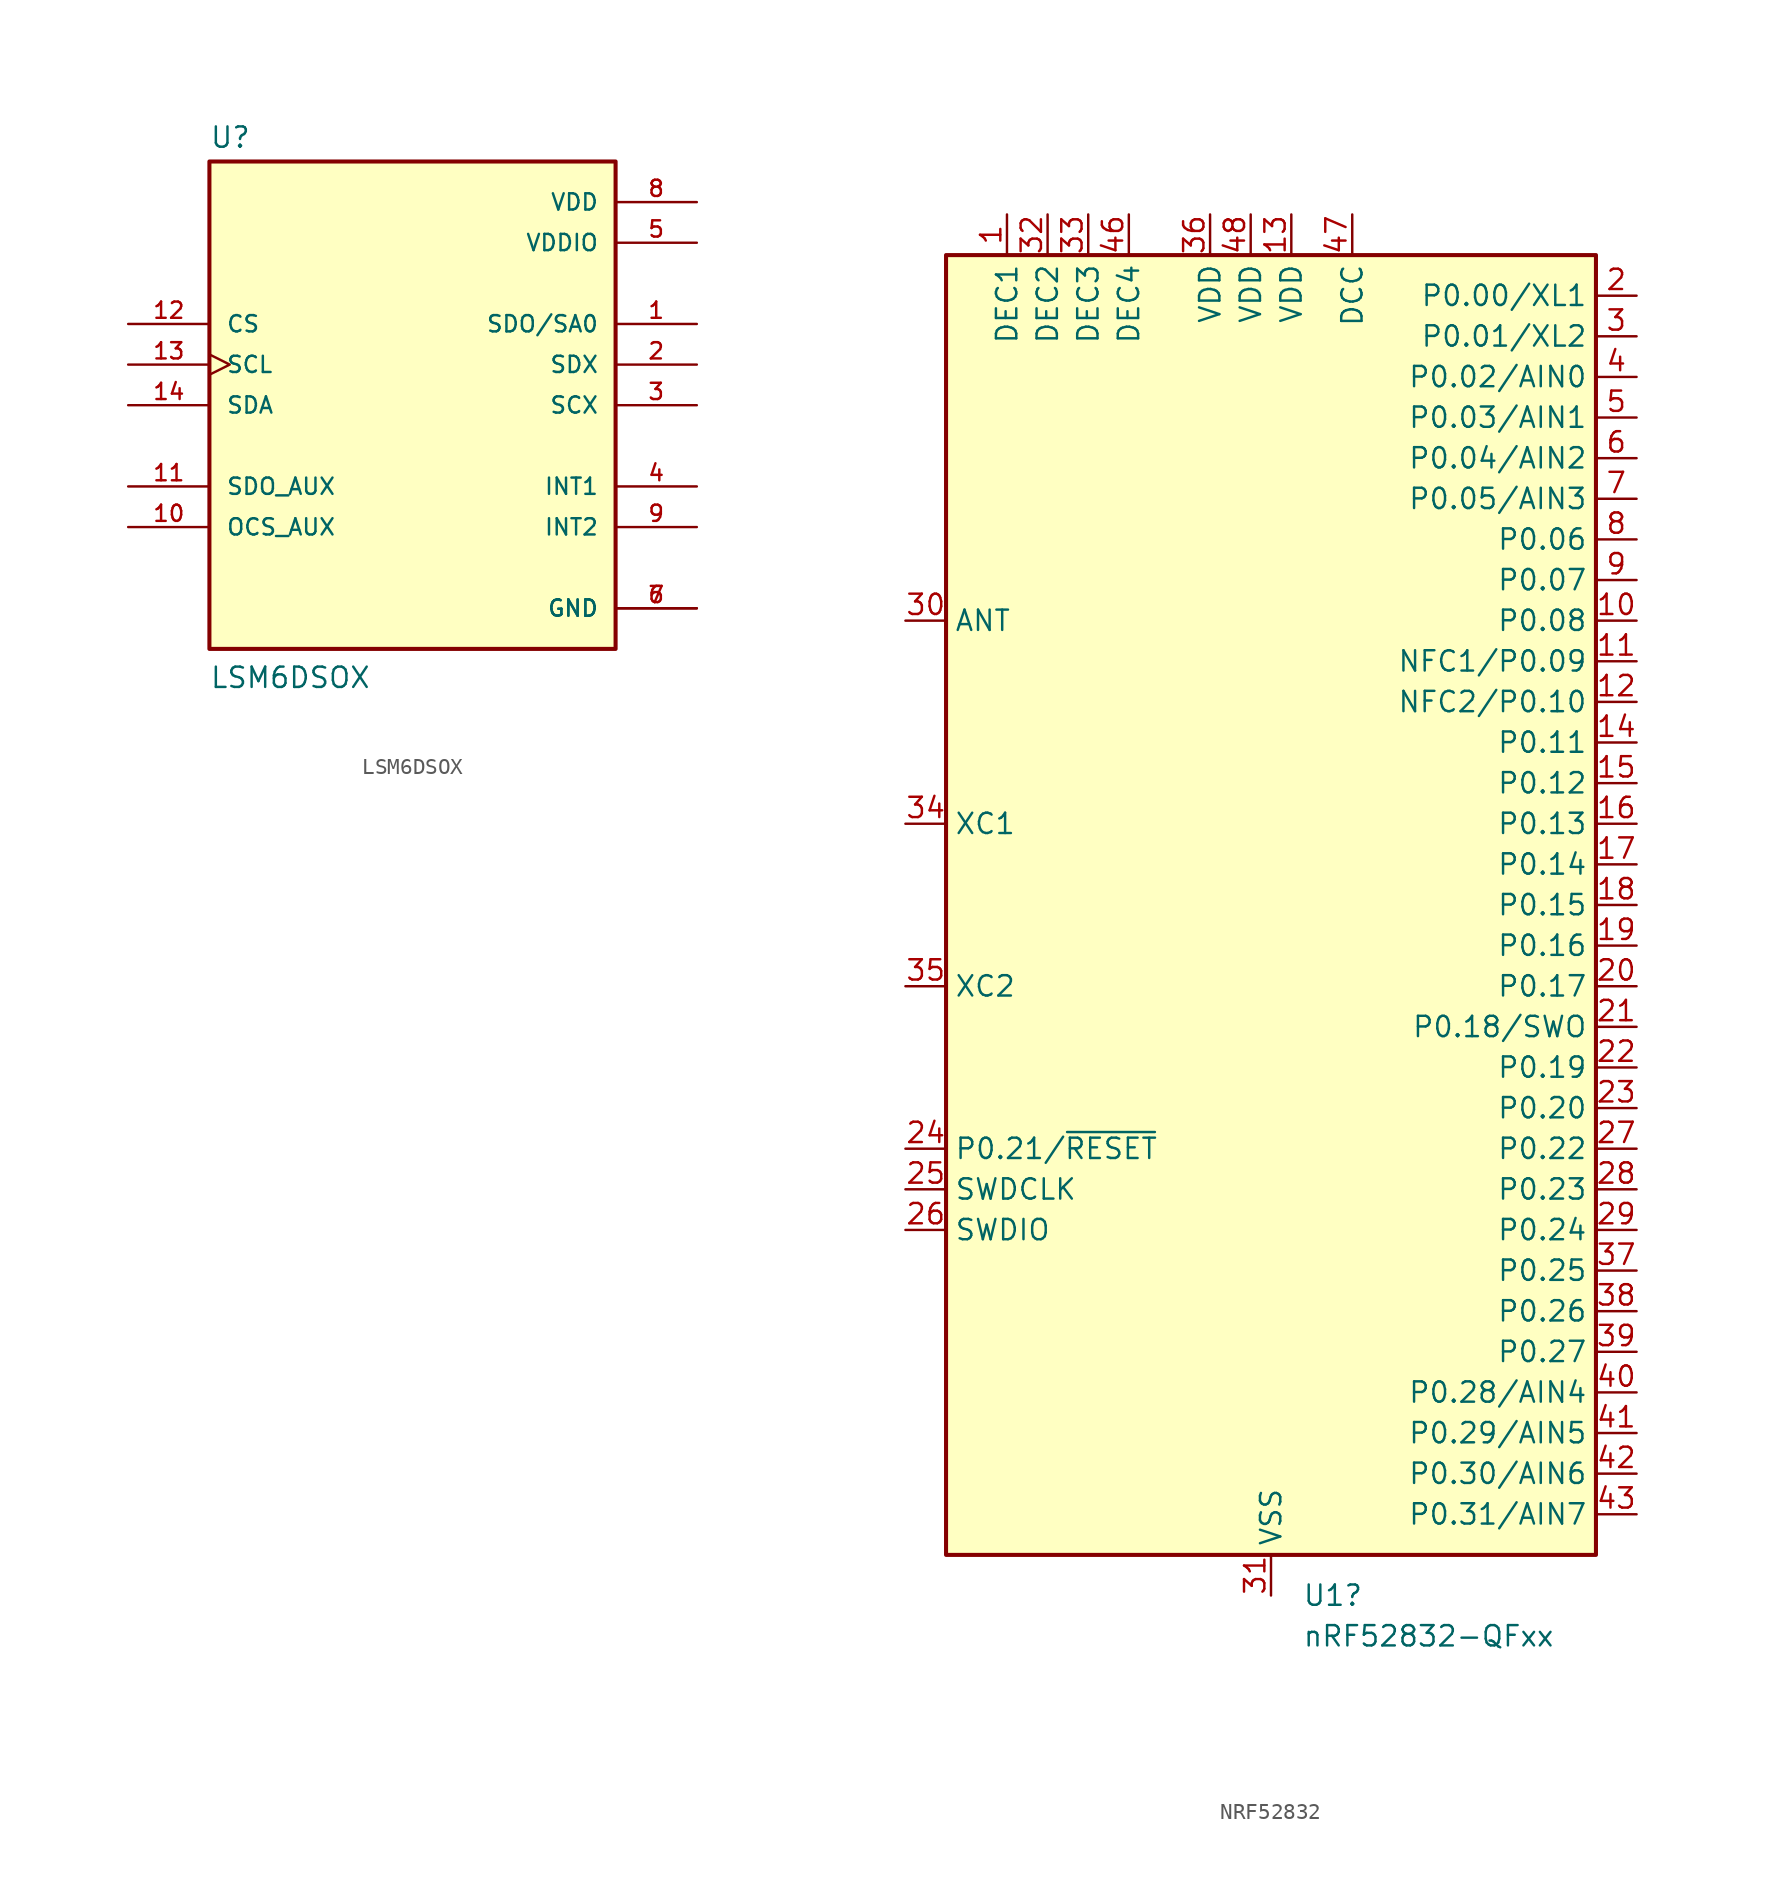
<source format=kicad_sym>
(kicad_symbol_lib
  (version 20220914)
  (generator kicad_symbol_editor)
  (symbol "LSM6DSOX"
    (pin_names
      (offset 1.016))
    (property "Reference" "U"
      (at -12.7 16.002 0)
      (effects (font (size 1.27 1.27)) (justify left bottom)))
    (property "Value" "LSM6DSOX"
      (at -12.7 -17.78 0)
      (effects (font (size 1.27 1.27)) (justify left bottom)))
    (symbol "LSM6DSOX_0_0"
      (rectangle (start -12.7 -15.24) (end 12.7 15.24) (stroke (width 0.254) (type default)) (fill (type background)))
      (pin bidirectional line (at 17.78 5.08 180) (length 5.08) (name "SDO/SA0" (effects (font (size 1.016 1.016)))) (number "1" (effects (font (size 1.016 1.016)))))
      (pin bidirectional line (at -17.78 -7.62 0) (length 5.08) (name "OCS_AUX" (effects (font (size 1.016 1.016)))) (number "10" (effects (font (size 1.016 1.016)))))
      (pin bidirectional line (at -17.78 -5.08 0) (length 5.08) (name "SDO_AUX" (effects (font (size 1.016 1.016)))) (number "11" (effects (font (size 1.016 1.016)))))
      (pin input line (at -17.78 5.08 0) (length 5.08) (name "CS" (effects (font (size 1.016 1.016)))) (number "12" (effects (font (size 1.016 1.016)))))
      (pin input clock (at -17.78 2.54 0) (length 5.08) (name "SCL" (effects (font (size 1.016 1.016)))) (number "13" (effects (font (size 1.016 1.016)))))
      (pin bidirectional line (at -17.78 0 0) (length 5.08) (name "SDA" (effects (font (size 1.016 1.016)))) (number "14" (effects (font (size 1.016 1.016)))))
      (pin bidirectional line (at 17.78 2.54 180) (length 5.08) (name "SDX" (effects (font (size 1.016 1.016)))) (number "2" (effects (font (size 1.016 1.016)))))
      (pin bidirectional line (at 17.78 0 180) (length 5.08) (name "SCX" (effects (font (size 1.016 1.016)))) (number "3" (effects (font (size 1.016 1.016)))))
      (pin output line (at 17.78 -5.08 180) (length 5.08) (name "INT1" (effects (font (size 1.016 1.016)))) (number "4" (effects (font (size 1.016 1.016)))))
      (pin power_in line (at 17.78 10.16 180) (length 5.08) (name "VDDIO" (effects (font (size 1.016 1.016)))) (number "5" (effects (font (size 1.016 1.016)))))
      (pin power_in line (at 17.78 -12.7 180) (length 5.08) (name "GND" (effects (font (size 1.016 1.016)))) (number "6" (effects (font (size 1.016 1.016)))))
      (pin power_in line (at 17.78 -12.7 180) (length 5.08) (name "GND" (effects (font (size 1.016 1.016)))) (number "7" (effects (font (size 1.016 1.016)))))
      (pin power_in line (at 17.78 12.7 180) (length 5.08) (name "VDD" (effects (font (size 1.016 1.016)))) (number "8" (effects (font (size 1.016 1.016)))))
      (pin output line (at 17.78 -7.62 180) (length 5.08) (name "INT2" (effects (font (size 1.016 1.016)))) (number "9" (effects (font (size 1.016 1.016)))))))
  (symbol "NRF52832"
    (property "Reference" "U1"
      (at 1.956 -43.18 0)
      (effects (font (size 1.27 1.27)) (justify left)))
    (property "Value" "nRF52832-QFxx"
      (at 1.956 -45.72 0)
      (effects (font (size 1.27 1.27)) (justify left)))
    (symbol "NRF52832_0_1"
      (rectangle (start -20.32 40.64) (end 20.32 -40.64) (stroke (width 0.254) (type default)) (fill (type background))))
    (symbol "NRF52832_1_1"
      (pin passive line (at -16.51 43.18 270) (length 2.54) (name "DEC1" (effects (font (size 1.27 1.27)))) (number "1" (effects (font (size 1.27 1.27)))))
      (pin bidirectional line (at 22.86 17.78 180) (length 2.54) (name "P0.08" (effects (font (size 1.27 1.27)))) (number "10" (effects (font (size 1.27 1.27)))))
      (pin bidirectional line (at 22.86 15.24 180) (length 2.54) (name "NFC1/P0.09" (effects (font (size 1.27 1.27)))) (number "11" (effects (font (size 1.27 1.27)))))
      (pin bidirectional line (at 22.86 12.7 180) (length 2.54) (name "NFC2/P0.10" (effects (font (size 1.27 1.27)))) (number "12" (effects (font (size 1.27 1.27)))))
      (pin power_in line (at 1.27 43.18 270) (length 2.54) (name "VDD" (effects (font (size 1.27 1.27)))) (number "13" (effects (font (size 1.27 1.27)))))
      (pin bidirectional line (at 22.86 10.16 180) (length 2.54) (name "P0.11" (effects (font (size 1.27 1.27)))) (number "14" (effects (font (size 1.27 1.27)))))
      (pin bidirectional line (at 22.86 7.62 180) (length 2.54) (name "P0.12" (effects (font (size 1.27 1.27)))) (number "15" (effects (font (size 1.27 1.27)))))
      (pin bidirectional line (at 22.86 5.08 180) (length 2.54) (name "P0.13" (effects (font (size 1.27 1.27)))) (number "16" (effects (font (size 1.27 1.27)))))
      (pin bidirectional line (at 22.86 2.54 180) (length 2.54) (name "P0.14" (effects (font (size 1.27 1.27)))) (number "17" (effects (font (size 1.27 1.27)))))
      (pin bidirectional line (at 22.86 0 180) (length 2.54) (name "P0.15" (effects (font (size 1.27 1.27)))) (number "18" (effects (font (size 1.27 1.27)))))
      (pin bidirectional line (at 22.86 -2.54 180) (length 2.54) (name "P0.16" (effects (font (size 1.27 1.27)))) (number "19" (effects (font (size 1.27 1.27)))))
      (pin bidirectional line (at 22.86 38.1 180) (length 2.54) (name "P0.00/XL1" (effects (font (size 1.27 1.27)))) (number "2" (effects (font (size 1.27 1.27)))))
      (pin bidirectional line (at 22.86 -5.08 180) (length 2.54) (name "P0.17" (effects (font (size 1.27 1.27)))) (number "20" (effects (font (size 1.27 1.27)))))
      (pin bidirectional line (at 22.86 -7.62 180) (length 2.54) (name "P0.18/SWO" (effects (font (size 1.27 1.27)))) (number "21" (effects (font (size 1.27 1.27)))))
      (pin bidirectional line (at 22.86 -10.16 180) (length 2.54) (name "P0.19" (effects (font (size 1.27 1.27)))) (number "22" (effects (font (size 1.27 1.27)))))
      (pin bidirectional line (at 22.86 -12.7 180) (length 2.54) (name "P0.20" (effects (font (size 1.27 1.27)))) (number "23" (effects (font (size 1.27 1.27)))))
      (pin bidirectional line (at -22.86 -15.24 0) (length 2.54) (name "P0.21/~{RESET}" (effects (font (size 1.27 1.27)))) (number "24" (effects (font (size 1.27 1.27)))))
      (pin input line (at -22.86 -17.78 0) (length 2.54) (name "SWDCLK" (effects (font (size 1.27 1.27)))) (number "25" (effects (font (size 1.27 1.27)))))
      (pin bidirectional line (at -22.86 -20.32 0) (length 2.54) (name "SWDIO" (effects (font (size 1.27 1.27)))) (number "26" (effects (font (size 1.27 1.27)))))
      (pin bidirectional line (at 22.86 -15.24 180) (length 2.54) (name "P0.22" (effects (font (size 1.27 1.27)))) (number "27" (effects (font (size 1.27 1.27)))))
      (pin bidirectional line (at 22.86 -17.78 180) (length 2.54) (name "P0.23" (effects (font (size 1.27 1.27)))) (number "28" (effects (font (size 1.27 1.27)))))
      (pin bidirectional line (at 22.86 -20.32 180) (length 2.54) (name "P0.24" (effects (font (size 1.27 1.27)))) (number "29" (effects (font (size 1.27 1.27)))))
      (pin bidirectional line (at 22.86 35.56 180) (length 2.54) (name "P0.01/XL2" (effects (font (size 1.27 1.27)))) (number "3" (effects (font (size 1.27 1.27)))))
      (pin passive line (at -22.86 17.78 0) (length 2.54) (name "ANT" (effects (font (size 1.27 1.27)))) (number "30" (effects (font (size 1.27 1.27)))))
      (pin power_in line (at 0 -43.18 90) (length 2.54) (name "VSS" (effects (font (size 1.27 1.27)))) (number "31" (effects (font (size 1.27 1.27)))))
      (pin passive line (at -13.97 43.18 270) (length 2.54) (name "DEC2" (effects (font (size 1.27 1.27)))) (number "32" (effects (font (size 1.27 1.27)))))
      (pin passive line (at -11.43 43.18 270) (length 2.54) (name "DEC3" (effects (font (size 1.27 1.27)))) (number "33" (effects (font (size 1.27 1.27)))))
      (pin input line (at -22.86 5.08 0) (length 2.54) (name "XC1" (effects (font (size 1.27 1.27)))) (number "34" (effects (font (size 1.27 1.27)))))
      (pin input line (at -22.86 -5.08 0) (length 2.54) (name "XC2" (effects (font (size 1.27 1.27)))) (number "35" (effects (font (size 1.27 1.27)))))
      (pin passive line (at -3.81 43.18 270) (length 2.54) (name "VDD" (effects (font (size 1.27 1.27)))) (number "36" (effects (font (size 1.27 1.27)))))
      (pin bidirectional line (at 22.86 -22.86 180) (length 2.54) (name "P0.25" (effects (font (size 1.27 1.27)))) (number "37" (effects (font (size 1.27 1.27)))))
      (pin bidirectional line (at 22.86 -25.4 180) (length 2.54) (name "P0.26" (effects (font (size 1.27 1.27)))) (number "38" (effects (font (size 1.27 1.27)))))
      (pin bidirectional line (at 22.86 -27.94 180) (length 2.54) (name "P0.27" (effects (font (size 1.27 1.27)))) (number "39" (effects (font (size 1.27 1.27)))))
      (pin bidirectional line (at 22.86 33.02 180) (length 2.54) (name "P0.02/AIN0" (effects (font (size 1.27 1.27)))) (number "4" (effects (font (size 1.27 1.27)))))
      (pin bidirectional line (at 22.86 -30.48 180) (length 2.54) (name "P0.28/AIN4" (effects (font (size 1.27 1.27)))) (number "40" (effects (font (size 1.27 1.27)))))
      (pin bidirectional line (at 22.86 -33.02 180) (length 2.54) (name "P0.29/AIN5" (effects (font (size 1.27 1.27)))) (number "41" (effects (font (size 1.27 1.27)))))
      (pin bidirectional line (at 22.86 -35.56 180) (length 2.54) (name "P0.30/AIN6" (effects (font (size 1.27 1.27)))) (number "42" (effects (font (size 1.27 1.27)))))
      (pin bidirectional line (at 22.86 -38.1 180) (length 2.54) (name "P0.31/AIN7" (effects (font (size 1.27 1.27)))) (number "43" (effects (font (size 1.27 1.27)))))
      (pin no_connect line (at -20.32 -30.48 0) (length 2.54) hide (name "NC" (effects (font (size 1.27 1.27)))) (number "44" (effects (font (size 1.27 1.27)))))
      (pin passive line (at 0 -43.18 90) (length 2.54) hide (name "VSS" (effects (font (size 1.27 1.27)))) (number "45" (effects (font (size 1.27 1.27)))))
      (pin passive line (at -8.89 43.18 270) (length 2.54) (name "DEC4" (effects (font (size 1.27 1.27)))) (number "46" (effects (font (size 1.27 1.27)))))
      (pin power_out line (at 5.08 43.18 270) (length 2.54) (name "DCC" (effects (font (size 1.27 1.27)))) (number "47" (effects (font (size 1.27 1.27)))))
      (pin passive line (at -1.27 43.18 270) (length 2.54) (name "VDD" (effects (font (size 1.27 1.27)))) (number "48" (effects (font (size 1.27 1.27)))))
      (pin passive line (at 0 -43.18 90) (length 2.54) hide (name "VSS" (effects (font (size 1.27 1.27)))) (number "49" (effects (font (size 1.27 1.27)))))
      (pin bidirectional line (at 22.86 30.48 180) (length 2.54) (name "P0.03/AIN1" (effects (font (size 1.27 1.27)))) (number "5" (effects (font (size 1.27 1.27)))))
      (pin bidirectional line (at 22.86 27.94 180) (length 2.54) (name "P0.04/AIN2" (effects (font (size 1.27 1.27)))) (number "6" (effects (font (size 1.27 1.27)))))
      (pin bidirectional line (at 22.86 25.4 180) (length 2.54) (name "P0.05/AIN3" (effects (font (size 1.27 1.27)))) (number "7" (effects (font (size 1.27 1.27)))))
      (pin bidirectional line (at 22.86 22.86 180) (length 2.54) (name "P0.06" (effects (font (size 1.27 1.27)))) (number "8" (effects (font (size 1.27 1.27)))))
      (pin bidirectional line (at 22.86 20.32 180) (length 2.54) (name "P0.07" (effects (font (size 1.27 1.27)))) (number "9" (effects (font (size 1.27 1.27))))))))
</source>
